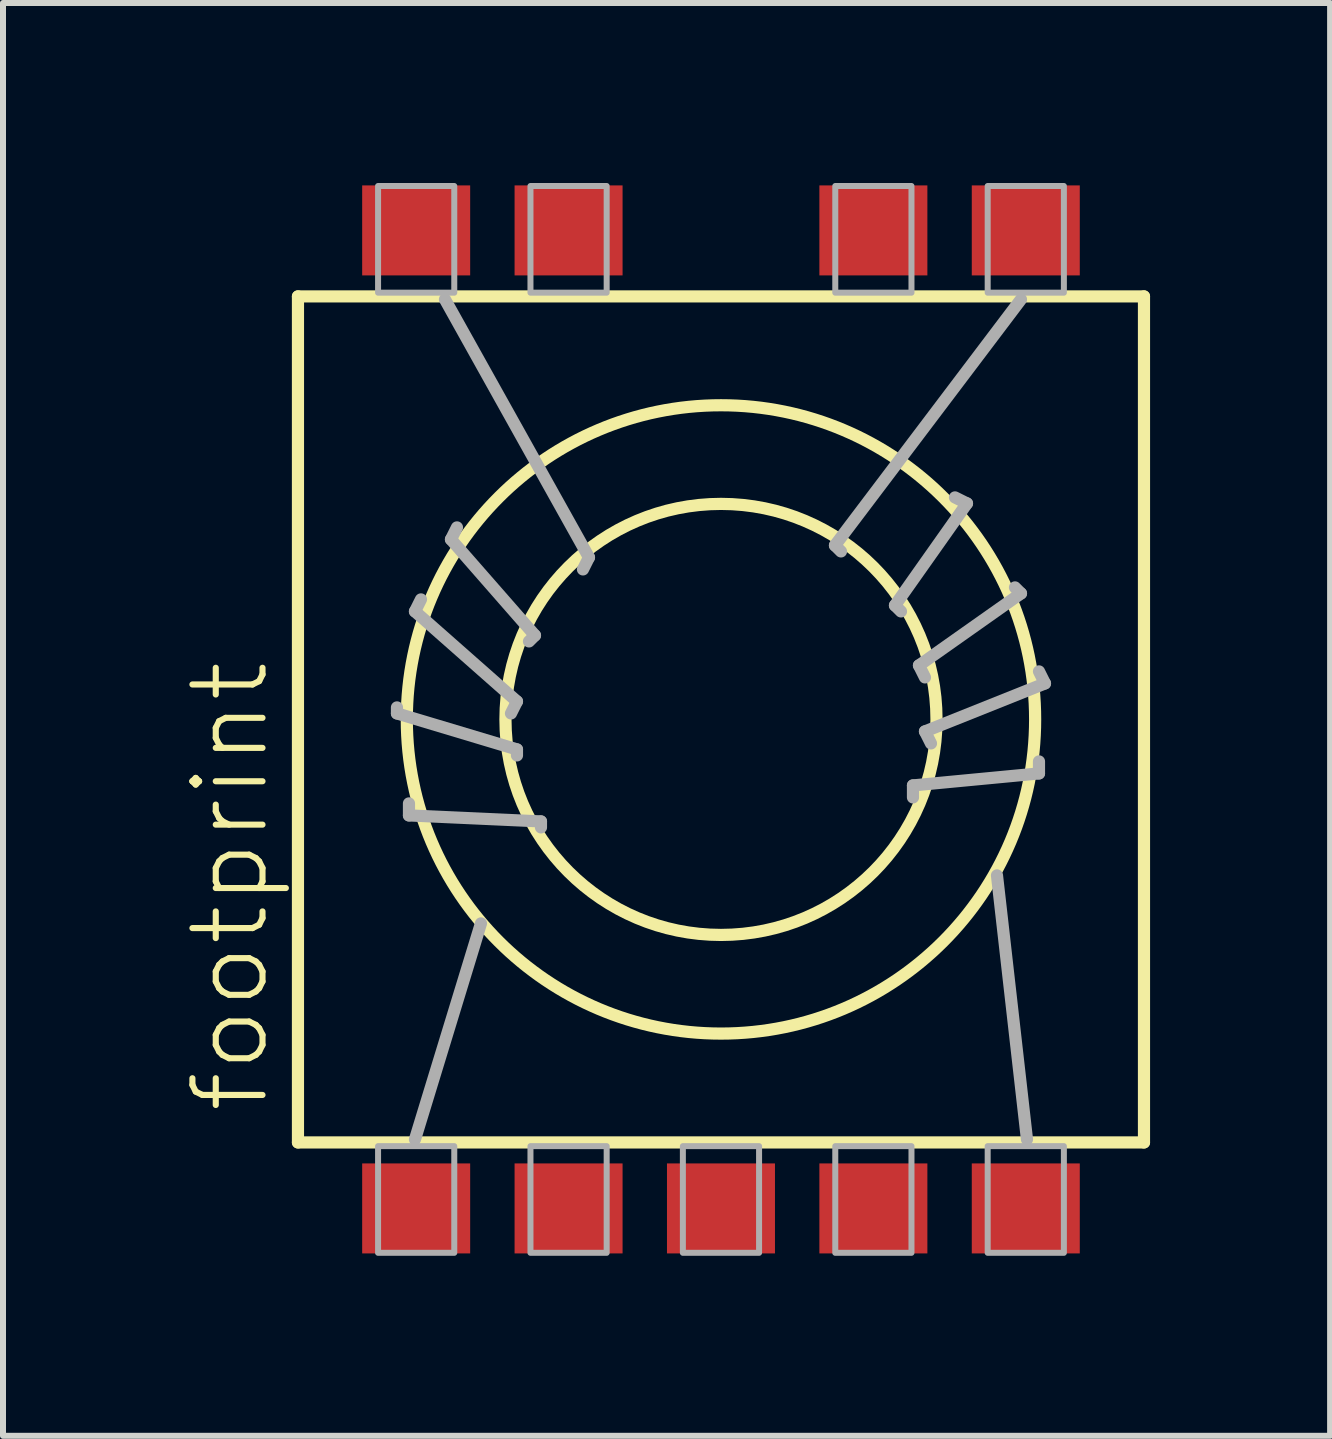
<source format=kicad_pcb>
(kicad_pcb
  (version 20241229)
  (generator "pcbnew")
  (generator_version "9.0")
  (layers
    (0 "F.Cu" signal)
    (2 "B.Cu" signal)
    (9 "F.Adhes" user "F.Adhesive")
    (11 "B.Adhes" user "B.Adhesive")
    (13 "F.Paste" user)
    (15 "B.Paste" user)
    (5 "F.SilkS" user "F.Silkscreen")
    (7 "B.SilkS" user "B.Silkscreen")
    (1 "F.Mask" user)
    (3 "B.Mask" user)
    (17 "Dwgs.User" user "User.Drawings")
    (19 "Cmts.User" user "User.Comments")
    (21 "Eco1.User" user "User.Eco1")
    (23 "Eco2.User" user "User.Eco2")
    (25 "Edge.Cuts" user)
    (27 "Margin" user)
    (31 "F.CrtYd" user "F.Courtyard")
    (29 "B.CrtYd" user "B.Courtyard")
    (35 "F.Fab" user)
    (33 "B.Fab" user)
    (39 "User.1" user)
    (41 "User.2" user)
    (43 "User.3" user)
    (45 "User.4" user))
  (footprint "footprint"
    (layer "F.Cu")
    (at 8.966 8.94)
    (property "Reference" "footprint" (at -7.493 6.604 90) (layer "F.SilkS") (effects (font (size 1.168 1.168) (thickness 0.102)) (justify left bottom)))
    (fp_line (start -7.05 -7.05) (end -7.05 7.05) (stroke (width 0.203) (type solid)) (layer "F.SilkS"))
    (fp_line (start -7.05 7.05) (end 7.05 7.05) (stroke (width 0.203) (type solid)) (layer "F.SilkS"))
    (fp_line (start 7.05 -7.05) (end -7.05 -7.05) (stroke (width 0.203) (type solid)) (layer "F.SilkS"))
    (fp_line (start 7.05 7.05) (end 7.05 -7.05) (stroke (width 0.203) (type solid)) (layer "F.SilkS"))
    (fp_circle (center 0 0) (end 3.592 0) (stroke (width 0.203) (type solid)) (fill no) (layer "F.SilkS"))
    (fp_circle (center 0 0) (end 5.236 0) (stroke (width 0.203) (type solid)) (fill no) (layer "F.SilkS"))
    (fp_line (start -5.4 -0.2) (end -5.4 -0.1) (stroke (width 0.203) (type solid)) (layer "F.Fab"))
    (fp_line (start -5.4 -0.1) (end -3.4 0.5) (stroke (width 0.203) (type solid)) (layer "F.Fab"))
    (fp_line (start -5.2 1.4) (end -5.2 1.6) (stroke (width 0.203) (type solid)) (layer "F.Fab"))
    (fp_line (start -5.2 1.6) (end -3 1.7) (stroke (width 0.203) (type solid)) (layer "F.Fab"))
    (fp_line (start -5.1 -1.8) (end -3.4 -0.3) (stroke (width 0.203) (type solid)) (layer "F.Fab"))
    (fp_line (start -5 -2) (end -5.1 -1.8) (stroke (width 0.203) (type solid)) (layer "F.Fab"))
    (fp_line (start -4.6 -7) (end -2.2 -2.7) (stroke (width 0.203) (type solid)) (layer "F.Fab"))
    (fp_line (start -4.5 -3) (end -3.1 -1.4) (stroke (width 0.203) (type solid)) (layer "F.Fab"))
    (fp_line (start -4.4 -3.2) (end -4.5 -3) (stroke (width 0.203) (type solid)) (layer "F.Fab"))
    (fp_line (start -4 3.4) (end -5.1 7) (stroke (width 0.203) (type solid)) (layer "F.Fab"))
    (fp_line (start -3.4 -0.3) (end -3.5 -0.1) (stroke (width 0.203) (type solid)) (layer "F.Fab"))
    (fp_line (start -3.4 0.5) (end -3.4 0.6) (stroke (width 0.203) (type solid)) (layer "F.Fab"))
    (fp_line (start -3.1 -1.4) (end -3.2 -1.3) (stroke (width 0.203) (type solid)) (layer "F.Fab"))
    (fp_line (start -3 1.7) (end -3 1.8) (stroke (width 0.203) (type solid)) (layer "F.Fab"))
    (fp_line (start -2.2 -2.7) (end -2.3 -2.5) (stroke (width 0.203) (type solid)) (layer "F.Fab"))
    (fp_line (start 1.9 -2.9) (end 2 -2.8) (stroke (width 0.203) (type solid)) (layer "F.Fab"))
    (fp_line (start 2.9 -1.9) (end 3 -1.8) (stroke (width 0.203) (type solid)) (layer "F.Fab"))
    (fp_line (start 3.2 1.1) (end 3.2 1.3) (stroke (width 0.203) (type solid)) (layer "F.Fab"))
    (fp_line (start 3.3 -0.9) (end 3.4 -0.7) (stroke (width 0.203) (type solid)) (layer "F.Fab"))
    (fp_line (start 3.4 0.2) (end 3.5 0.4) (stroke (width 0.203) (type solid)) (layer "F.Fab"))
    (fp_line (start 3.9 -3.7) (end 4.1 -3.6) (stroke (width 0.203) (type solid)) (layer "F.Fab"))
    (fp_line (start 4.1 -3.6) (end 2.9 -1.9) (stroke (width 0.203) (type solid)) (layer "F.Fab"))
    (fp_line (start 4.6 2.6) (end 5.1 7) (stroke (width 0.203) (type solid)) (layer "F.Fab"))
    (fp_line (start 4.9 -2.2) (end 5 -2.1) (stroke (width 0.203) (type solid)) (layer "F.Fab"))
    (fp_line (start 5 -7) (end 1.9 -2.9) (stroke (width 0.203) (type solid)) (layer "F.Fab"))
    (fp_line (start 5 -2.1) (end 3.3 -0.9) (stroke (width 0.203) (type solid)) (layer "F.Fab"))
    (fp_line (start 5.3 -0.8) (end 5.4 -0.6) (stroke (width 0.203) (type solid)) (layer "F.Fab"))
    (fp_line (start 5.3 0.7) (end 5.3 0.9) (stroke (width 0.203) (type solid)) (layer "F.Fab"))
    (fp_line (start 5.3 0.9) (end 3.2 1.1) (stroke (width 0.203) (type solid)) (layer "F.Fab"))
    (fp_line (start 5.4 -0.6) (end 3.4 0.2) (stroke (width 0.203) (type solid)) (layer "F.Fab"))
    (fp_poly (pts (xy -5.715 -7.112) (xy -4.445 -7.112) (xy -4.445 -8.89) (xy -5.715 -8.89)) (stroke (width 0.1) (type solid)) (fill no) (layer "F.Fab"))
    (fp_poly (pts (xy -5.715 8.89) (xy -4.445 8.89) (xy -4.445 7.112) (xy -5.715 7.112)) (stroke (width 0.1) (type solid)) (fill no) (layer "F.Fab"))
    (fp_poly (pts (xy -3.175 -7.112) (xy -1.905 -7.112) (xy -1.905 -8.89) (xy -3.175 -8.89)) (stroke (width 0.1) (type solid)) (fill no) (layer "F.Fab"))
    (fp_poly (pts (xy -3.175 8.89) (xy -1.905 8.89) (xy -1.905 7.112) (xy -3.175 7.112)) (stroke (width 0.1) (type solid)) (fill no) (layer "F.Fab"))
    (fp_poly (pts (xy -0.635 8.89) (xy 0.635 8.89) (xy 0.635 7.112) (xy -0.635 7.112)) (stroke (width 0.1) (type solid)) (fill no) (layer "F.Fab"))
    (fp_poly (pts (xy 1.905 -7.112) (xy 3.175 -7.112) (xy 3.175 -8.89) (xy 1.905 -8.89)) (stroke (width 0.1) (type solid)) (fill no) (layer "F.Fab"))
    (fp_poly (pts (xy 1.905 8.89) (xy 3.175 8.89) (xy 3.175 7.112) (xy 1.905 7.112)) (stroke (width 0.1) (type solid)) (fill no) (layer "F.Fab"))
    (fp_poly (pts (xy 4.445 -7.112) (xy 5.715 -7.112) (xy 5.715 -8.89) (xy 4.445 -8.89)) (stroke (width 0.1) (type solid)) (fill no) (layer "F.Fab"))
    (fp_poly (pts (xy 4.445 8.89) (xy 5.715 8.89) (xy 5.715 7.112) (xy 4.445 7.112)) (stroke (width 0.1) (type solid)) (fill no) (layer "F.Fab"))
    (pad "1" smd rect (at -5.08 -8.15) (size 1.8 1.5) (layers "F.Cu" "F.Mask" "F.Paste"))
    (pad "2" smd rect (at -2.54 -8.15) (size 1.8 1.5) (layers "F.Cu" "F.Mask" "F.Paste"))
    (pad "4" smd rect (at 2.54 -8.15) (size 1.8 1.5) (layers "F.Cu" "F.Mask" "F.Paste"))
    (pad "5" smd rect (at 5.08 -8.15) (size 1.8 1.5) (layers "F.Cu" "F.Mask" "F.Paste"))
    (pad "6" smd rect (at 5.08 8.15) (size 1.8 1.5) (layers "F.Cu" "F.Mask" "F.Paste"))
    (pad "7" smd rect (at 2.54 8.15) (size 1.8 1.5) (layers "F.Cu" "F.Mask" "F.Paste"))
    (pad "8" smd rect (at 0 8.15) (size 1.8 1.5) (layers "F.Cu" "F.Mask" "F.Paste"))
    (pad "9" smd rect (at -2.54 8.15) (size 1.8 1.5) (layers "F.Cu" "F.Mask" "F.Paste"))
    (pad "10" smd rect (at -5.08 8.15) (size 1.8 1.5) (layers "F.Cu" "F.Mask" "F.Paste")))
  (gr_rect
    (start -3 -3)
    (end 19.118 20.88)
    (stroke (width 0.1) (type default))
    (fill no)
    (layer "Edge.Cuts")))
</source>
